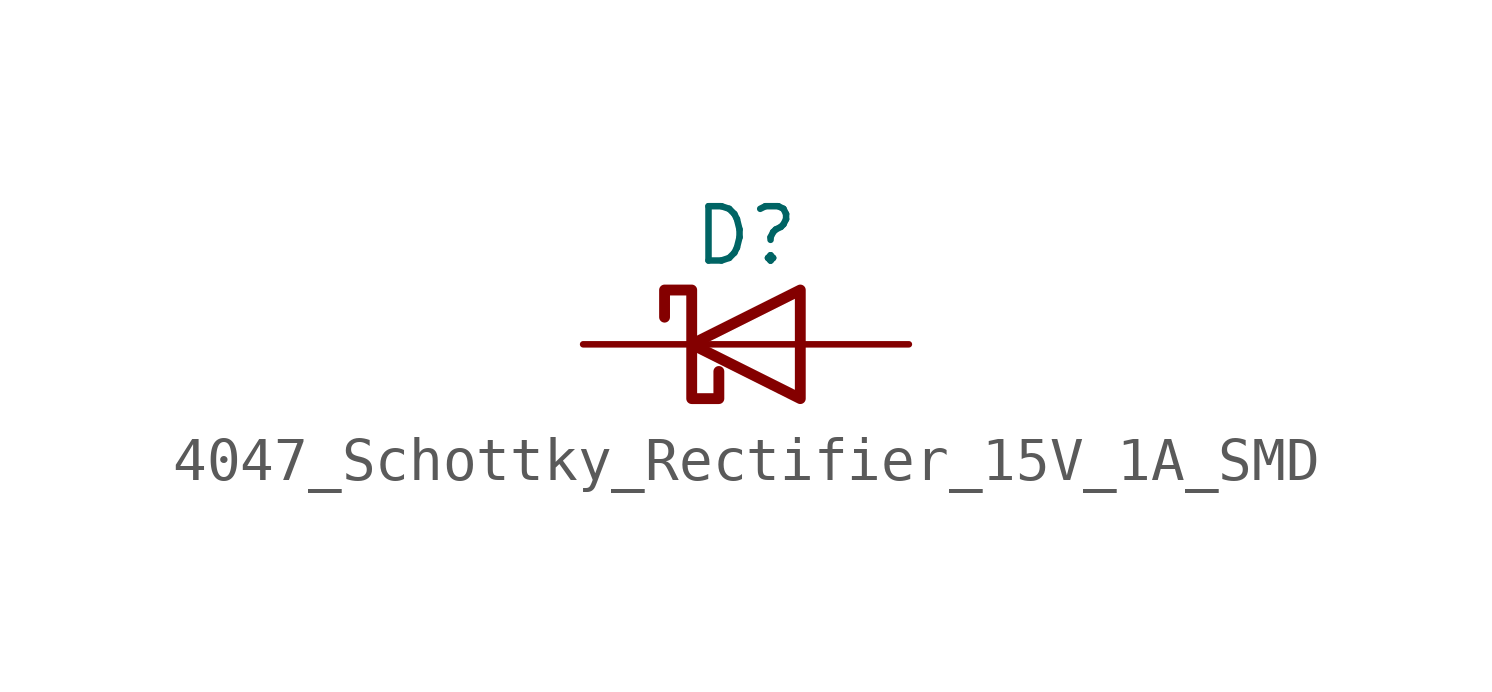
<source format=kicad_sym>
(kicad_symbol_lib
  (version 20211014)
  (generator kicad_symbol_editor)
  (symbol "4047_Schottky_Rectifier_15V_1A_SMD"
    (pin_numbers hide)
    (pin_names
      (offset 1.016) hide)
    (property "Reference" "D"
      (at 0 2.54 0)
      (effects (font (size 1.27 1.27))))
    (symbol "4047_Schottky_Rectifier_15V_1A_SMD_0_1"
      (polyline (pts (xy 1.27 0) (xy -1.27 0)) (stroke (width 0) (type default) (color 0 0 0 0)) (fill (type none)))
      (polyline (pts (xy 1.27 1.27) (xy 1.27 -1.27) (xy -1.27 0) (xy 1.27 1.27)) (stroke (width 0.254) (type default) (color 0 0 0 0)) (fill (type none)))
      (polyline (pts (xy -1.905 0.635) (xy -1.905 1.27) (xy -1.27 1.27) (xy -1.27 -1.27) (xy -0.635 -1.27) (xy -0.635 -0.635)) (stroke (width 0.254) (type default) (color 0 0 0 0)) (fill (type none))))
    (symbol "4047_Schottky_Rectifier_15V_1A_SMD_1_1"
      (pin passive line (at -3.81 0 0) (length 2.54) (name "K" (effects (font (size 1.27 1.27)))) (number "1" (effects (font (size 1.27 1.27)))))
      (pin passive line (at 3.81 0 180) (length 2.54) (name "A" (effects (font (size 1.27 1.27)))) (number "2" (effects (font (size 1.27 1.27))))))))
</source>
